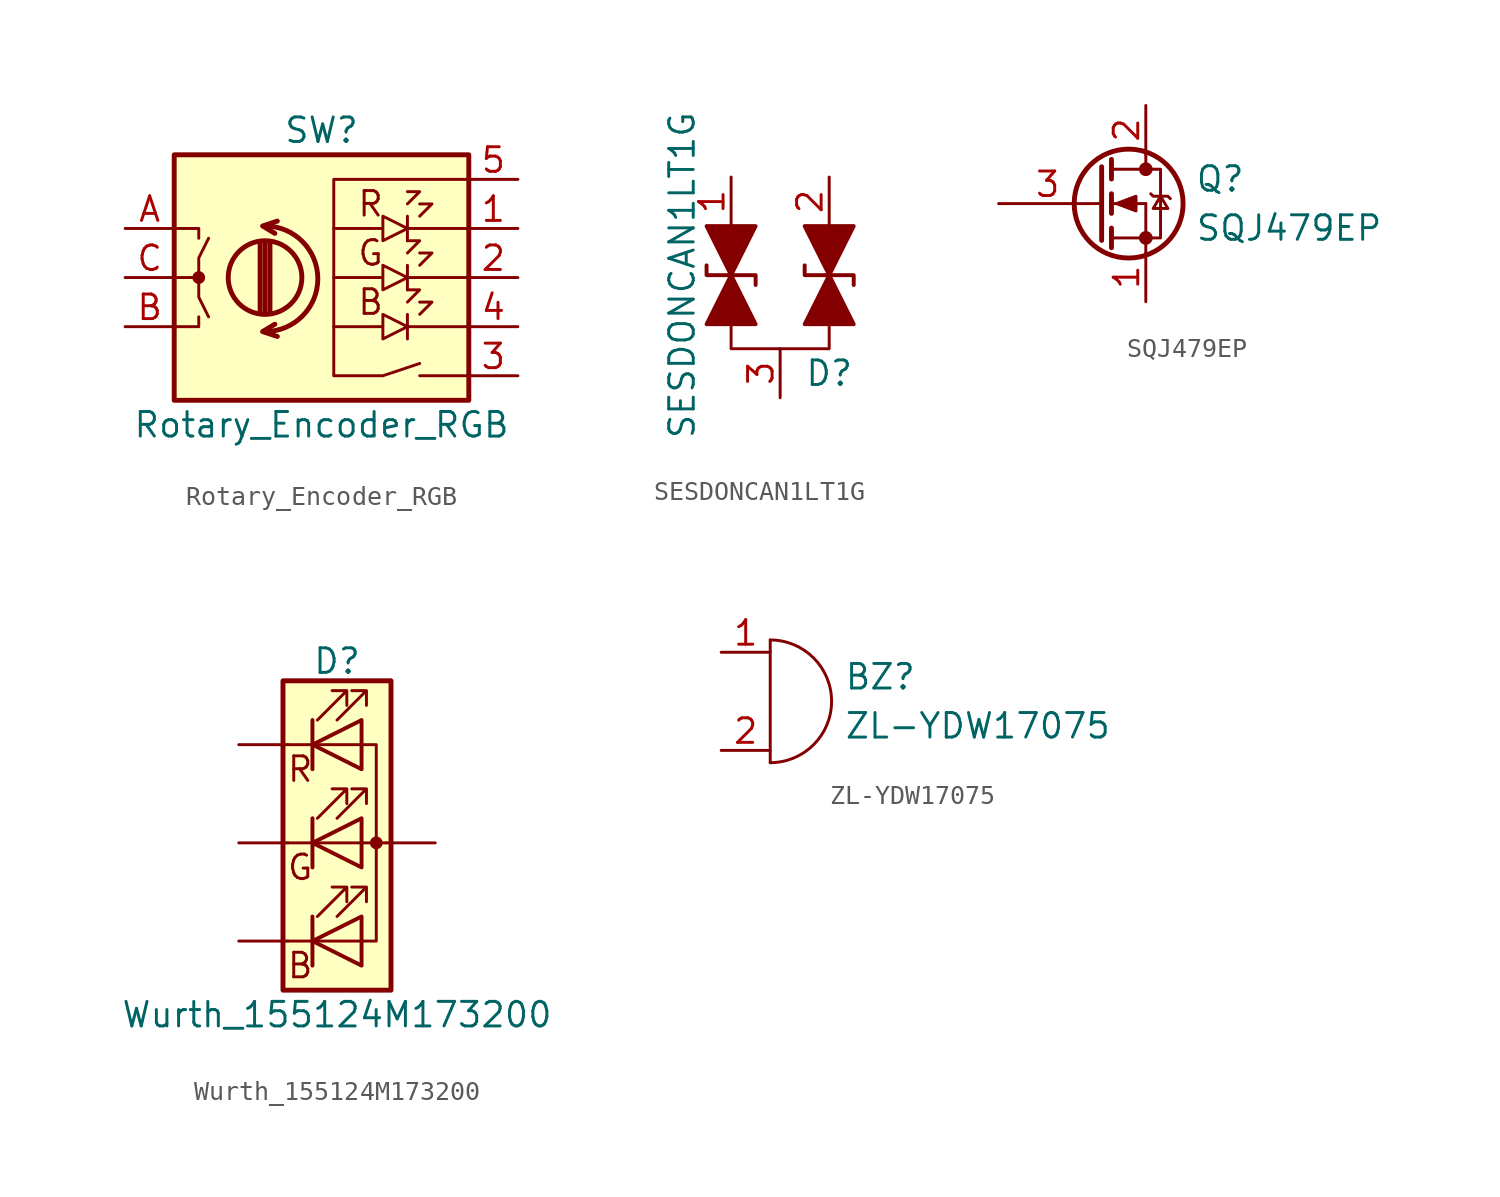
<source format=kicad_sym>
(kicad_symbol_lib
  (version 20220914)
  (generator kicad_symbol_editor)
  (symbol "Rotary_Encoder_RGB"
    (pin_names
      (offset 0.254) hide)
    (property "Reference" "SW"
      (at 0 7.62 0)
      (effects (font (size 1.27 1.27))))
    (property "Value" "Rotary_Encoder_RGB"
      (at 0 -7.62 0)
      (effects (font (size 1.27 1.27))))
    (symbol "Rotary_Encoder_RGB_0_0"
      (text "B" (at 2.54 -1.27 0) (effects (font (size 1.27 1.27))))
      (text "G" (at 2.54 1.27 0) (effects (font (size 1.27 1.27))))
      (text "R" (at 2.54 3.81 0) (effects (font (size 1.27 1.27)))))
    (symbol "Rotary_Encoder_RGB_0_1"
      (rectangle (start -7.62 6.35) (end 7.62 -6.35) (stroke (width 0.254) (type solid)) (fill (type background)))
      (circle (center -6.35 0) (radius 0.254) (stroke (width 0) (type solid)) (fill (type outline)))
      (arc (start -2.921 -2.794) (mid -0.2024 -0.0635) (end -2.921 2.667) (stroke (width 0.254) (type solid)) (fill (type none)))
      (circle (center -2.921 0) (radius 1.905) (stroke (width 0.254) (type solid)) (fill (type none)))
      (polyline (pts (xy -3.175 -1.778) (xy -3.175 1.778)) (stroke (width 0.254) (type solid)) (fill (type none)))
      (polyline (pts (xy -2.921 -1.778) (xy -2.921 1.778)) (stroke (width 0.254) (type solid)) (fill (type none)))
      (polyline (pts (xy -2.667 1.778) (xy -2.667 -1.778)) (stroke (width 0.254) (type solid)) (fill (type none)))
      (polyline (pts (xy 4.445 -2.54) (xy 7.62 -2.54)) (stroke (width 0) (type solid)) (fill (type none)))
      (polyline (pts (xy 4.445 -1.905) (xy 4.445 -3.175)) (stroke (width 0) (type solid)) (fill (type none)))
      (polyline (pts (xy 4.445 0) (xy 7.62 0)) (stroke (width 0) (type solid)) (fill (type none)))
      (polyline (pts (xy 4.445 0.635) (xy 4.445 -0.635)) (stroke (width 0) (type solid)) (fill (type none)))
      (polyline (pts (xy 4.445 2.54) (xy 7.62 2.54)) (stroke (width 0) (type solid)) (fill (type none)))
      (polyline (pts (xy 4.445 3.175) (xy 4.445 1.905)) (stroke (width 0) (type solid)) (fill (type none)))
      (polyline (pts (xy 5.08 -5.08) (xy 7.62 -5.08)) (stroke (width 0) (type solid)) (fill (type none)))
      (polyline (pts (xy -7.62 -2.54) (xy -6.35 -2.54) (xy -6.35 -2.032)) (stroke (width 0) (type solid)) (fill (type none)))
      (polyline (pts (xy -7.62 2.54) (xy -6.35 2.54) (xy -6.35 2.032)) (stroke (width 0) (type solid)) (fill (type none)))
      (polyline (pts (xy -2.286 -3.048) (xy -3.048 -2.794) (xy -2.413 -2.413)) (stroke (width 0.254) (type solid)) (fill (type none)))
      (polyline (pts (xy -2.286 2.921) (xy -3.048 2.667) (xy -2.413 2.286)) (stroke (width 0.254) (type solid)) (fill (type none)))
      (polyline (pts (xy 4.445 -1.27) (xy 5.08 -0.635) (xy 4.445 -0.635)) (stroke (width 0) (type solid)) (fill (type none)))
      (polyline (pts (xy 4.445 1.27) (xy 5.08 1.905) (xy 4.445 1.905)) (stroke (width 0) (type solid)) (fill (type none)))
      (polyline (pts (xy 4.445 3.81) (xy 5.08 4.445) (xy 4.445 4.445)) (stroke (width 0) (type solid)) (fill (type none)))
      (polyline (pts (xy 5.08 -1.905) (xy 5.715 -1.27) (xy 5.08 -1.27)) (stroke (width 0) (type solid)) (fill (type none)))
      (polyline (pts (xy 5.08 0.635) (xy 5.715 1.27) (xy 5.08 1.27)) (stroke (width 0) (type solid)) (fill (type none)))
      (polyline (pts (xy 5.08 3.175) (xy 5.715 3.81) (xy 5.08 3.81)) (stroke (width 0) (type solid)) (fill (type none)))
      (polyline (pts (xy -7.62 0) (xy -6.35 0) (xy -6.35 -1.016) (xy -5.842 -2.032)) (stroke (width 0) (type solid)) (fill (type none)))
      (polyline (pts (xy -6.858 0) (xy -6.35 0) (xy -6.35 1.016) (xy -5.842 2.032)) (stroke (width 0) (type solid)) (fill (type none)))
      (polyline (pts (xy 7.62 5.08) (xy 0.635 5.08) (xy 0.635 -5.08) (xy 3.175 -5.08) (xy 5.08 -4.445)) (stroke (width 0) (type solid)) (fill (type none)))
      (polyline (pts (xy 0.635 -2.54) (xy 3.175 -2.54) (xy 3.175 -1.905) (xy 4.445 -2.54) (xy 3.175 -3.175) (xy 3.175 -2.54)) (stroke (width 0) (type solid)) (fill (type none)))
      (polyline (pts (xy 0.635 0) (xy 3.175 0) (xy 3.175 0.635) (xy 4.445 0) (xy 3.175 -0.635) (xy 3.175 0)) (stroke (width 0) (type solid)) (fill (type none)))
      (polyline (pts (xy 0.635 2.54) (xy 3.175 2.54) (xy 3.175 3.175) (xy 4.445 2.54) (xy 3.175 1.905) (xy 3.175 2.54)) (stroke (width 0) (type solid)) (fill (type none))))
    (symbol "Rotary_Encoder_RGB_1_1"
      (pin passive line (at 10.16 2.54 180) (length 2.54) (name "R" (effects (font (size 1.27 1.27)))) (number "1" (effects (font (size 1.27 1.27)))))
      (pin passive line (at 10.16 0 180) (length 2.54) (name "G" (effects (font (size 1.27 1.27)))) (number "2" (effects (font (size 1.27 1.27)))))
      (pin passive line (at 10.16 -5.08 180) (length 2.54) (name "SW" (effects (font (size 1.27 1.27)))) (number "3" (effects (font (size 1.27 1.27)))))
      (pin passive line (at 10.16 -2.54 180) (length 2.54) (name "B" (effects (font (size 1.27 1.27)))) (number "4" (effects (font (size 1.27 1.27)))))
      (pin power_in line (at 10.16 5.08 180) (length 2.54) (name "V+" (effects (font (size 1.27 1.27)))) (number "5" (effects (font (size 1.27 1.27)))))
      (pin passive line (at -10.16 2.54 0) (length 2.54) (name "A" (effects (font (size 1.27 1.27)))) (number "A" (effects (font (size 1.27 1.27)))))
      (pin passive line (at -10.16 -2.54 0) (length 2.54) (name "B" (effects (font (size 1.27 1.27)))) (number "B" (effects (font (size 1.27 1.27)))))
      (pin passive line (at -10.16 0 0) (length 2.54) (name "C" (effects (font (size 1.27 1.27)))) (number "C" (effects (font (size 1.27 1.27)))))))
  (symbol "SESDONCAN1LT1G"
    (pin_names
      (offset 1.016))
    (property "Reference" "D"
      (at 2.54 -1.27 0)
      (effects (font (size 1.27 1.27))))
    (property "Value" "SESDONCAN1LT1G"
      (at -5.08 3.81 90)
      (effects (font (size 1.27 1.27))))
    (symbol "SESDONCAN1LT1G_0_1"
      (polyline (pts (xy -2.54 1.27) (xy -2.54 0) (xy 2.54 0) (xy 2.54 1.27)) (stroke (width 0) (type solid)) (fill (type none))))
    (symbol "SESDONCAN1LT1G_1_1"
      (polyline (pts (xy -2.54 5.08) (xy -2.54 2.54)) (stroke (width 0) (type solid)) (fill (type none)))
      (polyline (pts (xy 2.54 5.08) (xy 2.54 2.54)) (stroke (width 0) (type solid)) (fill (type none)))
      (polyline (pts (xy -3.81 4.318) (xy -3.81 3.81) (xy -1.27 3.81) (xy -1.27 3.302)) (stroke (width 0.203) (type solid)) (fill (type none)))
      (polyline (pts (xy -3.81 6.35) (xy -1.27 6.35) (xy -2.54 3.81) (xy -3.81 6.35)) (stroke (width 0.203) (type solid)) (fill (type outline)))
      (polyline (pts (xy -1.27 1.27) (xy -2.54 3.81) (xy -3.81 1.27) (xy -1.27 1.27)) (stroke (width 0.203) (type solid)) (fill (type outline)))
      (polyline (pts (xy 1.27 4.318) (xy 1.27 3.81) (xy 3.81 3.81) (xy 3.81 3.302)) (stroke (width 0.203) (type solid)) (fill (type none)))
      (polyline (pts (xy 1.27 6.35) (xy 3.81 6.35) (xy 2.54 3.81) (xy 1.27 6.35)) (stroke (width 0.203) (type solid)) (fill (type outline)))
      (polyline (pts (xy 3.81 1.27) (xy 2.54 3.81) (xy 1.27 1.27) (xy 3.81 1.27)) (stroke (width 0.203) (type solid)) (fill (type outline)))
      (pin passive line (at -2.54 8.89 270) (length 2.54) (name "A2" (effects (font (size 0 0)))) (number "1" (effects (font (size 1.27 1.27)))))
      (pin passive line (at 2.54 8.89 270) (length 2.54) (name "A2" (effects (font (size 0 0)))) (number "2" (effects (font (size 1.27 1.27)))))
      (pin passive line (at 0 -2.54 90) (length 2.54) (name "A3" (effects (font (size 0 0)))) (number "3" (effects (font (size 1.27 1.27)))))))
  (symbol "SQJ479EP"
    (pin_names
      (offset 0) hide)
    (property "Reference" "Q"
      (at 5.08 1.27 0)
      (effects (font (size 1.27 1.27)) (justify left)))
    (property "Value" "SQJ479EP"
      (at 5.08 -1.27 0)
      (effects (font (size 1.27 1.27)) (justify left)))
    (symbol "SQJ479EP_0_1"
      (polyline (pts (xy 0.051 0) (xy 0.254 0)) (stroke (width 0) (type solid)) (fill (type none)))
      (polyline (pts (xy 0.762 -1.778) (xy 2.54 -1.778)) (stroke (width 0) (type solid)) (fill (type none)))
      (polyline (pts (xy 0.762 -1.27) (xy 0.762 -2.286)) (stroke (width 0.254) (type solid)) (fill (type none)))
      (polyline (pts (xy 0.762 0) (xy 2.54 0)) (stroke (width 0) (type solid)) (fill (type none)))
      (polyline (pts (xy 0.762 0.508) (xy 0.762 -0.508)) (stroke (width 0.254) (type solid)) (fill (type none)))
      (polyline (pts (xy 0.762 1.778) (xy 2.54 1.778)) (stroke (width 0) (type solid)) (fill (type none)))
      (polyline (pts (xy 0.762 2.286) (xy 0.762 1.27)) (stroke (width 0.254) (type solid)) (fill (type none)))
      (polyline (pts (xy 2.54 -1.778) (xy 2.54 -2.54)) (stroke (width 0) (type solid)) (fill (type none)))
      (polyline (pts (xy 2.54 -1.778) (xy 2.54 0)) (stroke (width 0) (type solid)) (fill (type none)))
      (polyline (pts (xy 2.54 2.54) (xy 2.54 1.778)) (stroke (width 0) (type solid)) (fill (type none)))
      (polyline (pts (xy 0.254 1.905) (xy 0.254 -1.905) (xy 0.254 -1.905)) (stroke (width 0.254) (type solid)) (fill (type none)))
      (polyline (pts (xy 1.016 0) (xy 2.032 0.381) (xy 2.032 -0.381) (xy 1.016 0)) (stroke (width 0) (type solid)) (fill (type outline)))
      (polyline (pts (xy 2.54 -1.778) (xy 3.302 -1.778) (xy 3.302 1.778) (xy 2.54 1.778)) (stroke (width 0) (type solid)) (fill (type none)))
      (polyline (pts (xy 2.794 0.508) (xy 2.921 0.381) (xy 3.683 0.381) (xy 3.81 0.254)) (stroke (width 0) (type solid)) (fill (type none)))
      (polyline (pts (xy 3.302 0.381) (xy 2.921 -0.254) (xy 3.683 -0.254) (xy 3.302 0.381)) (stroke (width 0) (type solid)) (fill (type none)))
      (circle (center 1.651 0) (radius 2.819) (stroke (width 0.254) (type solid)) (fill (type none)))
      (circle (center 2.54 -1.778) (radius 0.279) (stroke (width 0) (type solid)) (fill (type outline)))
      (circle (center 2.54 1.778) (radius 0.279) (stroke (width 0) (type solid)) (fill (type outline))))
    (symbol "SQJ479EP_1_1"
      (pin passive line (at 2.54 -5.08 90) (length 2.54) (name "S" (effects (font (size 1.27 1.27)))) (number "1" (effects (font (size 1.27 1.27)))))
      (pin passive line (at 2.54 5.08 270) (length 2.54) (name "D" (effects (font (size 1.27 1.27)))) (number "2" (effects (font (size 1.27 1.27)))))
      (pin input line (at -5.08 0 0) (length 5.08) (name "G" (effects (font (size 1.27 1.27)))) (number "3" (effects (font (size 1.27 1.27)))))))
  (symbol "Wurth_155124M173200"
    (pin_names
      (offset 0) hide)
    (property "Reference" "D"
      (at 0 9.398 0)
      (effects (font (size 1.27 1.27))))
    (property "Value" "Wurth_155124M173200"
      (at 0 -8.89 0)
      (effects (font (size 1.27 1.27))))
    (symbol "Wurth_155124M173200_0_0"
      (text "B" (at -1.905 -6.35 0) (effects (font (size 1.27 1.27))))
      (text "G" (at -1.905 -1.27 0) (effects (font (size 1.27 1.27))))
      (text "R" (at -1.905 3.81 0) (effects (font (size 1.27 1.27)))))
    (symbol "Wurth_155124M173200_0_1"
      (polyline (pts (xy -1.27 -5.08) (xy -2.54 -5.08)) (stroke (width 0) (type solid)) (fill (type none)))
      (polyline (pts (xy -1.27 -5.08) (xy 1.27 -5.08)) (stroke (width 0) (type solid)) (fill (type none)))
      (polyline (pts (xy -1.27 -3.81) (xy -1.27 -6.35)) (stroke (width 0) (type solid)) (fill (type none)))
      (polyline (pts (xy -1.27 -3.81) (xy -1.27 -6.35)) (stroke (width 0.203) (type solid)) (fill (type none)))
      (polyline (pts (xy -1.27 0) (xy -2.54 0)) (stroke (width 0) (type solid)) (fill (type none)))
      (polyline (pts (xy -1.27 0) (xy 1.27 0)) (stroke (width 0) (type solid)) (fill (type none)))
      (polyline (pts (xy -1.27 1.27) (xy -1.27 -1.27)) (stroke (width 0.203) (type solid)) (fill (type none)))
      (polyline (pts (xy -1.27 5.08) (xy -2.54 5.08)) (stroke (width 0) (type solid)) (fill (type none)))
      (polyline (pts (xy -1.27 6.35) (xy -1.27 3.81)) (stroke (width 0.203) (type solid)) (fill (type none)))
      (polyline (pts (xy 1.27 0) (xy 2.54 0)) (stroke (width 0) (type solid)) (fill (type none)))
      (polyline (pts (xy 1.27 5.08) (xy -1.27 5.08)) (stroke (width 0) (type solid)) (fill (type none)))
      (polyline (pts (xy -1.27 1.27) (xy -1.27 -1.27) (xy -1.27 -1.27)) (stroke (width 0) (type solid)) (fill (type none)))
      (polyline (pts (xy -1.27 6.35) (xy -1.27 3.81) (xy -1.27 3.81)) (stroke (width 0) (type solid)) (fill (type none)))
      (polyline (pts (xy 1.27 -5.08) (xy 2.032 -5.08) (xy 2.032 5.08) (xy 1.27 5.08)) (stroke (width 0) (type solid)) (fill (type none)))
      (polyline (pts (xy 1.27 -3.81) (xy 1.27 -6.35) (xy -1.27 -5.08) (xy 1.27 -3.81)) (stroke (width 0.203) (type solid)) (fill (type none)))
      (polyline (pts (xy 1.27 1.27) (xy 1.27 -1.27) (xy -1.27 0) (xy 1.27 1.27)) (stroke (width 0.203) (type solid)) (fill (type none)))
      (polyline (pts (xy 1.27 6.35) (xy 1.27 3.81) (xy -1.27 5.08) (xy 1.27 6.35)) (stroke (width 0.203) (type solid)) (fill (type none)))
      (polyline (pts (xy -1.016 -3.81) (xy 0.508 -2.286) (xy -0.254 -2.286) (xy 0.508 -2.286) (xy 0.508 -3.048)) (stroke (width 0) (type solid)) (fill (type none)))
      (polyline (pts (xy -1.016 1.27) (xy 0.508 2.794) (xy -0.254 2.794) (xy 0.508 2.794) (xy 0.508 2.032)) (stroke (width 0) (type solid)) (fill (type none)))
      (polyline (pts (xy -1.016 6.35) (xy 0.508 7.874) (xy -0.254 7.874) (xy 0.508 7.874) (xy 0.508 7.112)) (stroke (width 0) (type solid)) (fill (type none)))
      (polyline (pts (xy 0 -3.81) (xy 1.524 -2.286) (xy 0.762 -2.286) (xy 1.524 -2.286) (xy 1.524 -3.048)) (stroke (width 0) (type solid)) (fill (type none)))
      (polyline (pts (xy 0 1.27) (xy 1.524 2.794) (xy 0.762 2.794) (xy 1.524 2.794) (xy 1.524 2.032)) (stroke (width 0) (type solid)) (fill (type none)))
      (polyline (pts (xy 0 6.35) (xy 1.524 7.874) (xy 0.762 7.874) (xy 1.524 7.874) (xy 1.524 7.112)) (stroke (width 0) (type solid)) (fill (type none)))
      (rectangle (start 1.27 -1.27) (end 1.27 1.27) (stroke (width 0) (type solid)) (fill (type none)))
      (rectangle (start 1.27 1.27) (end 1.27 1.27) (stroke (width 0) (type solid)) (fill (type none)))
      (rectangle (start 1.27 3.81) (end 1.27 6.35) (stroke (width 0) (type solid)) (fill (type none)))
      (rectangle (start 1.27 6.35) (end 1.27 6.35) (stroke (width 0) (type solid)) (fill (type none)))
      (circle (center 2.032 0) (radius 0.254) (stroke (width 0) (type solid)) (fill (type outline)))
      (rectangle (start 2.794 8.382) (end -2.794 -7.62) (stroke (width 0.254) (type solid)) (fill (type background))))
    (symbol "Wurth_155124M173200_1_1"
      (pin power_in line (at 5.08 0 180) (length 2.54) (name "A" (effects (font (size 0 0)))) (number "A" (effects (font (size 0 0)))))
      (pin passive line (at -5.08 -5.08 0) (length 2.54) (name "BK" (effects (font (size 0 0)))) (number "B" (effects (font (size 0 0)))))
      (pin passive line (at -5.08 0 0) (length 2.54) (name "GK" (effects (font (size 0 0)))) (number "G" (effects (font (size 0 0)))))
      (pin passive line (at -5.08 5.08 0) (length 2.54) (name "RK" (effects (font (size 0 0)))) (number "R" (effects (font (size 0 0)))))))
  (symbol "ZL-YDW17075"
    (pin_names
      (offset 0.025) hide)
    (property "Reference" "BZ"
      (at 3.81 1.27 0)
      (effects (font (size 1.27 1.27)) (justify left)))
    (property "Value" "ZL-YDW17075"
      (at 3.81 -1.27 0)
      (effects (font (size 1.27 1.27)) (justify left)))
    (symbol "ZL-YDW17075_0_1"
      (arc (start 0 -3.175) (mid 3.1612 0) (end 0 3.175) (stroke (width 0) (type solid)) (fill (type none)))
      (polyline (pts (xy 0 3.175) (xy 0 -3.175)) (stroke (width 0) (type solid)) (fill (type none))))
    (symbol "ZL-YDW17075_1_1"
      (pin passive line (at -2.54 2.54 0) (length 2.54) (name "-" (effects (font (size 1.27 1.27)))) (number "1" (effects (font (size 1.27 1.27)))))
      (pin passive line (at -2.54 -2.54 0) (length 2.54) (name "+" (effects (font (size 1.27 1.27)))) (number "2" (effects (font (size 1.27 1.27))))))))
</source>
